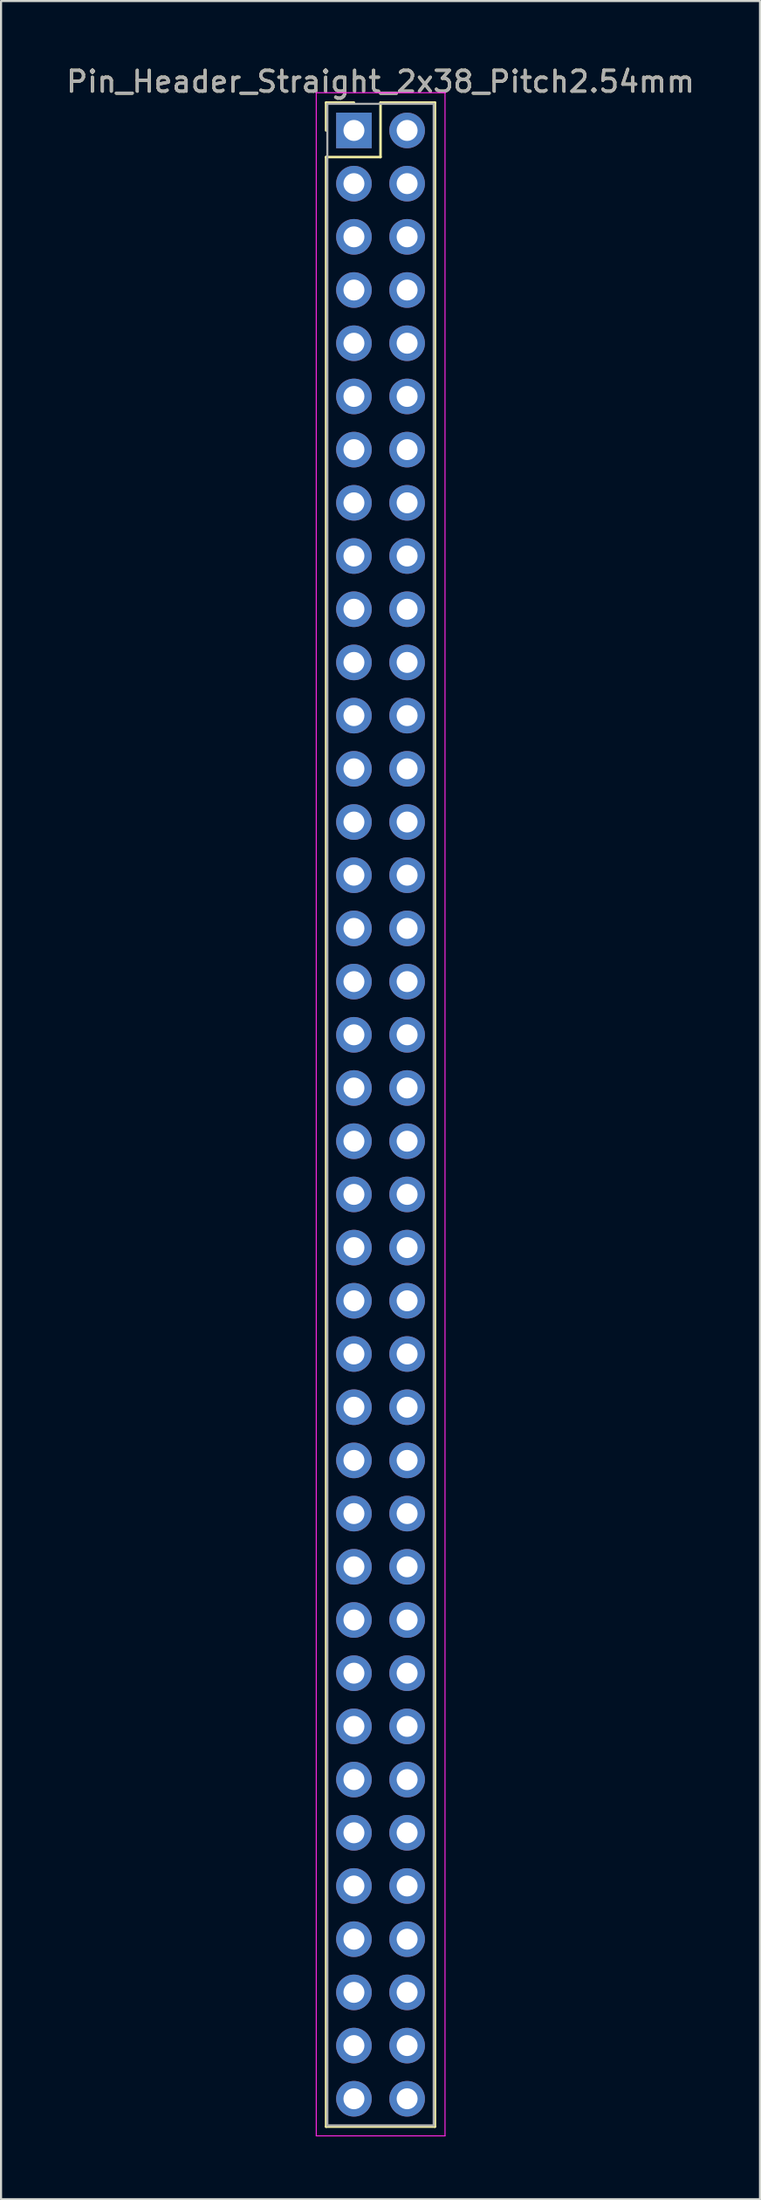
<source format=kicad_pcb>
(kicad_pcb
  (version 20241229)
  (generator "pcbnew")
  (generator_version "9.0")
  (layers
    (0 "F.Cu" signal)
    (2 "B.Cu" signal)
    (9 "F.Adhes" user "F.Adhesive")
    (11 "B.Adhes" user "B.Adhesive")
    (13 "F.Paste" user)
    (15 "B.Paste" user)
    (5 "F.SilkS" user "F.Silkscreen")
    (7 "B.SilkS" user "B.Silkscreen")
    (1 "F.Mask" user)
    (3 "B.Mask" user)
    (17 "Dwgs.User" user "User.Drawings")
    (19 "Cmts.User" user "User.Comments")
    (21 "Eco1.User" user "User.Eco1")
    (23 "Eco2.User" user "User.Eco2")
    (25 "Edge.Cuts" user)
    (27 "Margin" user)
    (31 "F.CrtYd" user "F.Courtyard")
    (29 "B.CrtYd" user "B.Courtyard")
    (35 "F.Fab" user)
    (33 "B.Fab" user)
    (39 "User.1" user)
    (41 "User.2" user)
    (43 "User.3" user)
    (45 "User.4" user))
  (footprint "Pin_Header_Straight_2x38_Pitch2.54mm"
    (layer "F.Cu")
    (at 13.855 3.178)
    (property "Reference" "Pin_Header_Straight_2x38_Pitch2.54mm" (at 1.27 -2.33 0) (layer "F.SilkS") (effects (font (size 1 1) (thickness 0.15))))
    (attr through_hole)
    (fp_line (start -1.33 -1.33) (end 0 -1.33) (stroke (width 0.12) (type solid)) (layer "F.SilkS"))
    (fp_line (start -1.33 0) (end -1.33 -1.33) (stroke (width 0.12) (type solid)) (layer "F.SilkS"))
    (fp_line (start -1.33 1.27) (end -1.33 95.31) (stroke (width 0.12) (type solid)) (layer "F.SilkS"))
    (fp_line (start -1.33 95.31) (end 3.87 95.31) (stroke (width 0.12) (type solid)) (layer "F.SilkS"))
    (fp_line (start 1.27 -1.33) (end 1.27 1.27) (stroke (width 0.12) (type solid)) (layer "F.SilkS"))
    (fp_line (start 1.27 1.27) (end -1.33 1.27) (stroke (width 0.12) (type solid)) (layer "F.SilkS"))
    (fp_line (start 3.87 -1.33) (end 1.27 -1.33) (stroke (width 0.12) (type solid)) (layer "F.SilkS"))
    (fp_line (start 3.87 95.31) (end 3.87 -1.33) (stroke (width 0.12) (type solid)) (layer "F.SilkS"))
    (fp_line (start -1.8 -1.8) (end -1.8 95.75) (stroke (width 0.05) (type solid)) (layer "F.CrtYd"))
    (fp_line (start -1.8 95.75) (end 4.35 95.75) (stroke (width 0.05) (type solid)) (layer "F.CrtYd"))
    (fp_line (start 4.35 -1.8) (end -1.8 -1.8) (stroke (width 0.05) (type solid)) (layer "F.CrtYd"))
    (fp_line (start 4.35 95.75) (end 4.35 -1.8) (stroke (width 0.05) (type solid)) (layer "F.CrtYd"))
    (fp_line (start -1.27 -1.27) (end -1.27 95.25) (stroke (width 0.1) (type solid)) (layer "F.Fab"))
    (fp_line (start -1.27 95.25) (end 3.81 95.25) (stroke (width 0.1) (type solid)) (layer "F.Fab"))
    (fp_line (start 3.81 -1.27) (end -1.27 -1.27) (stroke (width 0.1) (type solid)) (layer "F.Fab"))
    (fp_line (start 3.81 95.25) (end 3.81 -1.27) (stroke (width 0.1) (type solid)) (layer "F.Fab"))
    (fp_text user "${REFERENCE}" (at 1.27 -2.33 0) (layer "F.Fab") (effects (font (size 1 1) (thickness 0.15))))
    (pad "1" thru_hole rect (at 0 0) (size 1.7 1.7) (drill 1) (layers "*.Cu" "*.Mask"))
    (pad "2" thru_hole oval (at 2.54 0) (size 1.7 1.7) (drill 1) (layers "*.Cu" "*.Mask"))
    (pad "3" thru_hole oval (at 0 2.54) (size 1.7 1.7) (drill 1) (layers "*.Cu" "*.Mask"))
    (pad "4" thru_hole oval (at 2.54 2.54) (size 1.7 1.7) (drill 1) (layers "*.Cu" "*.Mask"))
    (pad "5" thru_hole oval (at 0 5.08) (size 1.7 1.7) (drill 1) (layers "*.Cu" "*.Mask"))
    (pad "6" thru_hole oval (at 2.54 5.08) (size 1.7 1.7) (drill 1) (layers "*.Cu" "*.Mask"))
    (pad "7" thru_hole oval (at 0 7.62) (size 1.7 1.7) (drill 1) (layers "*.Cu" "*.Mask"))
    (pad "8" thru_hole oval (at 2.54 7.62) (size 1.7 1.7) (drill 1) (layers "*.Cu" "*.Mask"))
    (pad "9" thru_hole oval (at 0 10.16) (size 1.7 1.7) (drill 1) (layers "*.Cu" "*.Mask"))
    (pad "10" thru_hole oval (at 2.54 10.16) (size 1.7 1.7) (drill 1) (layers "*.Cu" "*.Mask"))
    (pad "11" thru_hole oval (at 0 12.7) (size 1.7 1.7) (drill 1) (layers "*.Cu" "*.Mask"))
    (pad "12" thru_hole oval (at 2.54 12.7) (size 1.7 1.7) (drill 1) (layers "*.Cu" "*.Mask"))
    (pad "13" thru_hole oval (at 0 15.24) (size 1.7 1.7) (drill 1) (layers "*.Cu" "*.Mask"))
    (pad "14" thru_hole oval (at 2.54 15.24) (size 1.7 1.7) (drill 1) (layers "*.Cu" "*.Mask"))
    (pad "15" thru_hole oval (at 0 17.78) (size 1.7 1.7) (drill 1) (layers "*.Cu" "*.Mask"))
    (pad "16" thru_hole oval (at 2.54 17.78) (size 1.7 1.7) (drill 1) (layers "*.Cu" "*.Mask"))
    (pad "17" thru_hole oval (at 0 20.32) (size 1.7 1.7) (drill 1) (layers "*.Cu" "*.Mask"))
    (pad "18" thru_hole oval (at 2.54 20.32) (size 1.7 1.7) (drill 1) (layers "*.Cu" "*.Mask"))
    (pad "19" thru_hole oval (at 0 22.86) (size 1.7 1.7) (drill 1) (layers "*.Cu" "*.Mask"))
    (pad "20" thru_hole oval (at 2.54 22.86) (size 1.7 1.7) (drill 1) (layers "*.Cu" "*.Mask"))
    (pad "21" thru_hole oval (at 0 25.4) (size 1.7 1.7) (drill 1) (layers "*.Cu" "*.Mask"))
    (pad "22" thru_hole oval (at 2.54 25.4) (size 1.7 1.7) (drill 1) (layers "*.Cu" "*.Mask"))
    (pad "23" thru_hole oval (at 0 27.94) (size 1.7 1.7) (drill 1) (layers "*.Cu" "*.Mask"))
    (pad "24" thru_hole oval (at 2.54 27.94) (size 1.7 1.7) (drill 1) (layers "*.Cu" "*.Mask"))
    (pad "25" thru_hole oval (at 0 30.48) (size 1.7 1.7) (drill 1) (layers "*.Cu" "*.Mask"))
    (pad "26" thru_hole oval (at 2.54 30.48) (size 1.7 1.7) (drill 1) (layers "*.Cu" "*.Mask"))
    (pad "27" thru_hole oval (at 0 33.02) (size 1.7 1.7) (drill 1) (layers "*.Cu" "*.Mask"))
    (pad "28" thru_hole oval (at 2.54 33.02) (size 1.7 1.7) (drill 1) (layers "*.Cu" "*.Mask"))
    (pad "29" thru_hole oval (at 0 35.56) (size 1.7 1.7) (drill 1) (layers "*.Cu" "*.Mask"))
    (pad "30" thru_hole oval (at 2.54 35.56) (size 1.7 1.7) (drill 1) (layers "*.Cu" "*.Mask"))
    (pad "31" thru_hole oval (at 0 38.1) (size 1.7 1.7) (drill 1) (layers "*.Cu" "*.Mask"))
    (pad "32" thru_hole oval (at 2.54 38.1) (size 1.7 1.7) (drill 1) (layers "*.Cu" "*.Mask"))
    (pad "33" thru_hole oval (at 0 40.64) (size 1.7 1.7) (drill 1) (layers "*.Cu" "*.Mask"))
    (pad "34" thru_hole oval (at 2.54 40.64) (size 1.7 1.7) (drill 1) (layers "*.Cu" "*.Mask"))
    (pad "35" thru_hole oval (at 0 43.18) (size 1.7 1.7) (drill 1) (layers "*.Cu" "*.Mask"))
    (pad "36" thru_hole oval (at 2.54 43.18) (size 1.7 1.7) (drill 1) (layers "*.Cu" "*.Mask"))
    (pad "37" thru_hole oval (at 0 45.72) (size 1.7 1.7) (drill 1) (layers "*.Cu" "*.Mask"))
    (pad "38" thru_hole oval (at 2.54 45.72) (size 1.7 1.7) (drill 1) (layers "*.Cu" "*.Mask"))
    (pad "39" thru_hole oval (at 0 48.26) (size 1.7 1.7) (drill 1) (layers "*.Cu" "*.Mask"))
    (pad "40" thru_hole oval (at 2.54 48.26) (size 1.7 1.7) (drill 1) (layers "*.Cu" "*.Mask"))
    (pad "41" thru_hole oval (at 0 50.8) (size 1.7 1.7) (drill 1) (layers "*.Cu" "*.Mask"))
    (pad "42" thru_hole oval (at 2.54 50.8) (size 1.7 1.7) (drill 1) (layers "*.Cu" "*.Mask"))
    (pad "43" thru_hole oval (at 0 53.34) (size 1.7 1.7) (drill 1) (layers "*.Cu" "*.Mask"))
    (pad "44" thru_hole oval (at 2.54 53.34) (size 1.7 1.7) (drill 1) (layers "*.Cu" "*.Mask"))
    (pad "45" thru_hole oval (at 0 55.88) (size 1.7 1.7) (drill 1) (layers "*.Cu" "*.Mask"))
    (pad "46" thru_hole oval (at 2.54 55.88) (size 1.7 1.7) (drill 1) (layers "*.Cu" "*.Mask"))
    (pad "47" thru_hole oval (at 0 58.42) (size 1.7 1.7) (drill 1) (layers "*.Cu" "*.Mask"))
    (pad "48" thru_hole oval (at 2.54 58.42) (size 1.7 1.7) (drill 1) (layers "*.Cu" "*.Mask"))
    (pad "49" thru_hole oval (at 0 60.96) (size 1.7 1.7) (drill 1) (layers "*.Cu" "*.Mask"))
    (pad "50" thru_hole oval (at 2.54 60.96) (size 1.7 1.7) (drill 1) (layers "*.Cu" "*.Mask"))
    (pad "51" thru_hole oval (at 0 63.5) (size 1.7 1.7) (drill 1) (layers "*.Cu" "*.Mask"))
    (pad "52" thru_hole oval (at 2.54 63.5) (size 1.7 1.7) (drill 1) (layers "*.Cu" "*.Mask"))
    (pad "53" thru_hole oval (at 0 66.04) (size 1.7 1.7) (drill 1) (layers "*.Cu" "*.Mask"))
    (pad "54" thru_hole oval (at 2.54 66.04) (size 1.7 1.7) (drill 1) (layers "*.Cu" "*.Mask"))
    (pad "55" thru_hole oval (at 0 68.58) (size 1.7 1.7) (drill 1) (layers "*.Cu" "*.Mask"))
    (pad "56" thru_hole oval (at 2.54 68.58) (size 1.7 1.7) (drill 1) (layers "*.Cu" "*.Mask"))
    (pad "57" thru_hole oval (at 0 71.12) (size 1.7 1.7) (drill 1) (layers "*.Cu" "*.Mask"))
    (pad "58" thru_hole oval (at 2.54 71.12) (size 1.7 1.7) (drill 1) (layers "*.Cu" "*.Mask"))
    (pad "59" thru_hole oval (at 0 73.66) (size 1.7 1.7) (drill 1) (layers "*.Cu" "*.Mask"))
    (pad "60" thru_hole oval (at 2.54 73.66) (size 1.7 1.7) (drill 1) (layers "*.Cu" "*.Mask"))
    (pad "61" thru_hole oval (at 0 76.2) (size 1.7 1.7) (drill 1) (layers "*.Cu" "*.Mask"))
    (pad "62" thru_hole oval (at 2.54 76.2) (size 1.7 1.7) (drill 1) (layers "*.Cu" "*.Mask"))
    (pad "63" thru_hole oval (at 0 78.74) (size 1.7 1.7) (drill 1) (layers "*.Cu" "*.Mask"))
    (pad "64" thru_hole oval (at 2.54 78.74) (size 1.7 1.7) (drill 1) (layers "*.Cu" "*.Mask"))
    (pad "65" thru_hole oval (at 0 81.28) (size 1.7 1.7) (drill 1) (layers "*.Cu" "*.Mask"))
    (pad "66" thru_hole oval (at 2.54 81.28) (size 1.7 1.7) (drill 1) (layers "*.Cu" "*.Mask"))
    (pad "67" thru_hole oval (at 0 83.82) (size 1.7 1.7) (drill 1) (layers "*.Cu" "*.Mask"))
    (pad "68" thru_hole oval (at 2.54 83.82) (size 1.7 1.7) (drill 1) (layers "*.Cu" "*.Mask"))
    (pad "69" thru_hole oval (at 0 86.36) (size 1.7 1.7) (drill 1) (layers "*.Cu" "*.Mask"))
    (pad "70" thru_hole oval (at 2.54 86.36) (size 1.7 1.7) (drill 1) (layers "*.Cu" "*.Mask"))
    (pad "71" thru_hole oval (at 0 88.9) (size 1.7 1.7) (drill 1) (layers "*.Cu" "*.Mask"))
    (pad "72" thru_hole oval (at 2.54 88.9) (size 1.7 1.7) (drill 1) (layers "*.Cu" "*.Mask"))
    (pad "73" thru_hole oval (at 0 91.44) (size 1.7 1.7) (drill 1) (layers "*.Cu" "*.Mask"))
    (pad "74" thru_hole oval (at 2.54 91.44) (size 1.7 1.7) (drill 1) (layers "*.Cu" "*.Mask"))
    (pad "75" thru_hole oval (at 0 93.98) (size 1.7 1.7) (drill 1) (layers "*.Cu" "*.Mask"))
    (pad "76" thru_hole oval (at 2.54 93.98) (size 1.7 1.7) (drill 1) (layers "*.Cu" "*.Mask")))
  (gr_rect
    (start -3 -3)
    (end 33.25 101.953)
    (stroke (width 0.1) (type default))
    (fill no)
    (layer "Edge.Cuts")))
</source>
